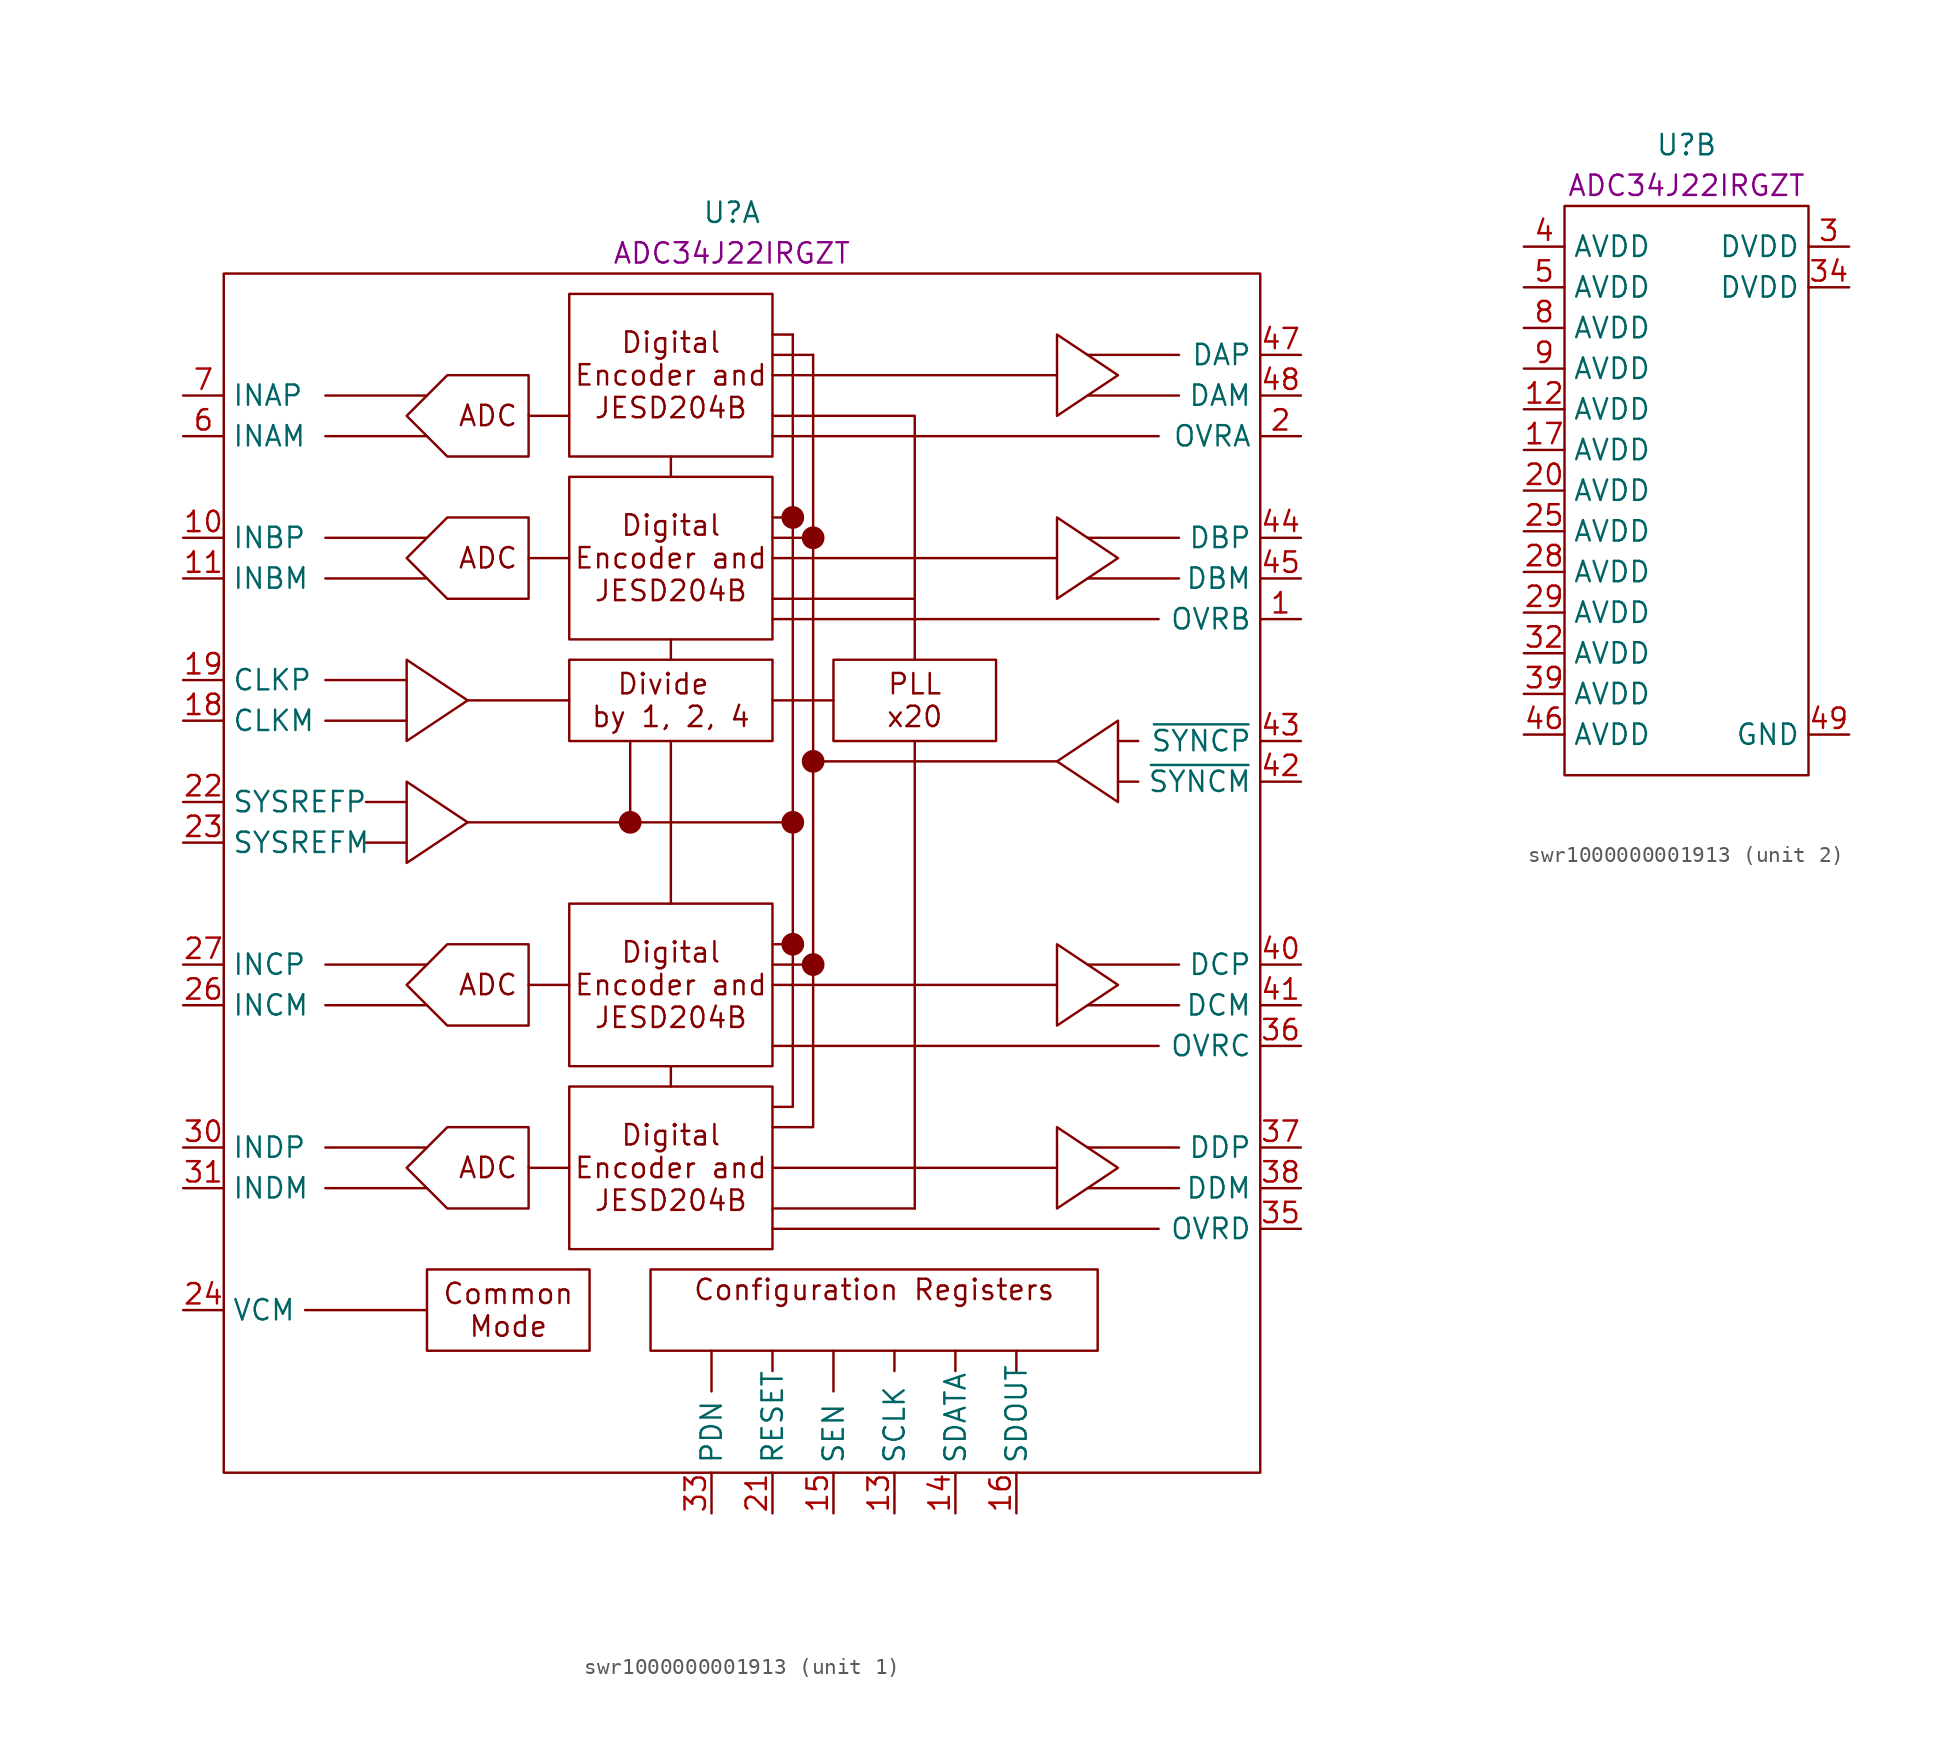
<source format=kicad_sym>
(kicad_symbol_lib
  (version 20220914)
  (generator kicad_symbol_editor)
  (symbol "swr1000000001913"
    (property "Reference" "U"
      (at 0 3.81 0)
      (effects (font (size 1.27 1.27))))
    (property "PartValue" "ADC34J22IRGZT"
      (at 0 1.27 0)
      (effects (font (size 1.27 1.27))))
    (property "ki_locked" ""
      (at 0 0 0)
      (effects (font (size 1.27 1.27))))
    (symbol "swr1000000001913_1_0"
      (pin output line (at 35.56 -21.59 180) (length 2.54) (name "OVRB" (effects (font (size 1.27 1.27)))) (number "1" (effects (font (size 1.27 1.27)))))
      (pin input line (at -34.29 -16.51 0) (length 2.54) (name "INBP" (effects (font (size 1.27 1.27)))) (number "10" (effects (font (size 1.27 1.27)))))
      (pin input line (at -34.29 -19.05 0) (length 2.54) (name "INBM" (effects (font (size 1.27 1.27)))) (number "11" (effects (font (size 1.27 1.27)))))
      (pin input line (at 10.16 -77.47 90) (length 2.54) (name "SCLK" (effects (font (size 1.27 1.27)))) (number "13" (effects (font (size 1.27 1.27)))))
      (pin input line (at 13.97 -77.47 90) (length 2.54) (name "SDATA" (effects (font (size 1.27 1.27)))) (number "14" (effects (font (size 1.27 1.27)))))
      (pin input line (at 6.35 -77.47 90) (length 2.54) (name "SEN" (effects (font (size 1.27 1.27)))) (number "15" (effects (font (size 1.27 1.27)))))
      (pin output line (at 17.78 -77.47 90) (length 2.54) (name "SDOUT" (effects (font (size 1.27 1.27)))) (number "16" (effects (font (size 1.27 1.27)))))
      (pin input line (at -34.29 -27.94 0) (length 2.54) (name "CLKM" (effects (font (size 1.27 1.27)))) (number "18" (effects (font (size 1.27 1.27)))))
      (pin input line (at -34.29 -25.4 0) (length 2.54) (name "CLKP" (effects (font (size 1.27 1.27)))) (number "19" (effects (font (size 1.27 1.27)))))
      (pin output line (at 35.56 -10.16 180) (length 2.54) (name "OVRA" (effects (font (size 1.27 1.27)))) (number "2" (effects (font (size 1.27 1.27)))))
      (pin input line (at 2.54 -77.47 90) (length 2.54) (name "RESET" (effects (font (size 1.27 1.27)))) (number "21" (effects (font (size 1.27 1.27)))))
      (pin input line (at -34.29 -33.02 0) (length 2.54) (name "SYSREFP" (effects (font (size 1.27 1.27)))) (number "22" (effects (font (size 1.27 1.27)))))
      (pin input line (at -34.29 -35.56 0) (length 2.54) (name "SYSREFM" (effects (font (size 1.27 1.27)))) (number "23" (effects (font (size 1.27 1.27)))))
      (pin output line (at -34.29 -64.77 0) (length 2.54) (name "VCM" (effects (font (size 1.27 1.27)))) (number "24" (effects (font (size 1.27 1.27)))))
      (pin input line (at -34.29 -45.72 0) (length 2.54) (name "INCM" (effects (font (size 1.27 1.27)))) (number "26" (effects (font (size 1.27 1.27)))))
      (pin input line (at -34.29 -43.18 0) (length 2.54) (name "INCP" (effects (font (size 1.27 1.27)))) (number "27" (effects (font (size 1.27 1.27)))))
      (pin input line (at -34.29 -54.61 0) (length 2.54) (name "INDP" (effects (font (size 1.27 1.27)))) (number "30" (effects (font (size 1.27 1.27)))))
      (pin input line (at -34.29 -57.15 0) (length 2.54) (name "INDM" (effects (font (size 1.27 1.27)))) (number "31" (effects (font (size 1.27 1.27)))))
      (pin input line (at -1.27 -77.47 90) (length 2.54) (name "PDN" (effects (font (size 1.27 1.27)))) (number "33" (effects (font (size 1.27 1.27)))))
      (pin output line (at 35.56 -59.69 180) (length 2.54) (name "OVRD" (effects (font (size 1.27 1.27)))) (number "35" (effects (font (size 1.27 1.27)))))
      (pin output line (at 35.56 -48.26 180) (length 2.54) (name "OVRC" (effects (font (size 1.27 1.27)))) (number "36" (effects (font (size 1.27 1.27)))))
      (pin output line (at 35.56 -54.61 180) (length 2.54) (name "DDP" (effects (font (size 1.27 1.27)))) (number "37" (effects (font (size 1.27 1.27)))))
      (pin output line (at 35.56 -57.15 180) (length 2.54) (name "DDM" (effects (font (size 1.27 1.27)))) (number "38" (effects (font (size 1.27 1.27)))))
      (pin output line (at 35.56 -43.18 180) (length 2.54) (name "DCP" (effects (font (size 1.27 1.27)))) (number "40" (effects (font (size 1.27 1.27)))))
      (pin output line (at 35.56 -45.72 180) (length 2.54) (name "DCM" (effects (font (size 1.27 1.27)))) (number "41" (effects (font (size 1.27 1.27)))))
      (pin input line (at 35.56 -31.75 180) (length 2.54) (name "~{SYNCM}" (effects (font (size 1.27 1.27)))) (number "42" (effects (font (size 1.27 1.27)))))
      (pin input line (at 35.56 -29.21 180) (length 2.54) (name "~{SYNCP}" (effects (font (size 1.27 1.27)))) (number "43" (effects (font (size 1.27 1.27)))))
      (pin output line (at 35.56 -16.51 180) (length 2.54) (name "DBP" (effects (font (size 1.27 1.27)))) (number "44" (effects (font (size 1.27 1.27)))))
      (pin output line (at 35.56 -19.05 180) (length 2.54) (name "DBM" (effects (font (size 1.27 1.27)))) (number "45" (effects (font (size 1.27 1.27)))))
      (pin output line (at 35.56 -5.08 180) (length 2.54) (name "DAP" (effects (font (size 1.27 1.27)))) (number "47" (effects (font (size 1.27 1.27)))))
      (pin output line (at 35.56 -7.62 180) (length 2.54) (name "DAM" (effects (font (size 1.27 1.27)))) (number "48" (effects (font (size 1.27 1.27)))))
      (pin input line (at -34.29 -10.16 0) (length 2.54) (name "INAM" (effects (font (size 1.27 1.27)))) (number "6" (effects (font (size 1.27 1.27)))))
      (pin input line (at -34.29 -7.62 0) (length 2.54) (name "INAP" (effects (font (size 1.27 1.27)))) (number "7" (effects (font (size 1.27 1.27))))))
    (symbol "swr1000000001913_1_1"
      (rectangle (start -31.75 0) (end 33.02 -74.93) (stroke (width 0) (type default)) (fill (type none)))
      (circle (center -6.35 -34.29) (radius 0.635) (stroke (width 0) (type default)) (fill (type outline)))
      (polyline (pts (xy -26.67 -64.77) (xy -19.05 -64.77)) (stroke (width 0) (type default)) (fill (type none)))
      (polyline (pts (xy -25.4 -57.15) (xy -19.05 -57.15)) (stroke (width 0) (type default)) (fill (type none)))
      (polyline (pts (xy -25.4 -54.61) (xy -19.05 -54.61)) (stroke (width 0) (type default)) (fill (type none)))
      (polyline (pts (xy -25.4 -45.72) (xy -19.05 -45.72)) (stroke (width 0) (type default)) (fill (type none)))
      (polyline (pts (xy -25.4 -43.18) (xy -19.05 -43.18)) (stroke (width 0) (type default)) (fill (type none)))
      (polyline (pts (xy -25.4 -27.94) (xy -20.32 -27.94)) (stroke (width 0) (type default)) (fill (type none)))
      (polyline (pts (xy -25.4 -25.4) (xy -20.32 -25.4)) (stroke (width 0) (type default)) (fill (type none)))
      (polyline (pts (xy -25.4 -19.05) (xy -19.05 -19.05)) (stroke (width 0) (type default)) (fill (type none)))
      (polyline (pts (xy -25.4 -16.51) (xy -19.05 -16.51)) (stroke (width 0) (type default)) (fill (type none)))
      (polyline (pts (xy -25.4 -10.16) (xy -19.05 -10.16)) (stroke (width 0) (type default)) (fill (type none)))
      (polyline (pts (xy -25.4 -7.62) (xy -19.05 -7.62)) (stroke (width 0) (type default)) (fill (type none)))
      (polyline (pts (xy -20.32 -35.56) (xy -22.86 -35.56)) (stroke (width 0) (type default)) (fill (type none)))
      (polyline (pts (xy -20.32 -33.02) (xy -22.86 -33.02)) (stroke (width 0) (type default)) (fill (type none)))
      (polyline (pts (xy -16.51 -34.29) (xy 3.81 -34.29)) (stroke (width 0) (type default)) (fill (type none)))
      (polyline (pts (xy -16.51 -26.67) (xy -10.16 -26.67)) (stroke (width 0) (type default)) (fill (type none)))
      (polyline (pts (xy -12.7 -55.88) (xy -10.16 -55.88)) (stroke (width 0) (type default)) (fill (type none)))
      (polyline (pts (xy -12.7 -44.45) (xy -10.16 -44.45)) (stroke (width 0) (type default)) (fill (type none)))
      (polyline (pts (xy -12.7 -17.78) (xy -10.16 -17.78)) (stroke (width 0) (type default)) (fill (type none)))
      (polyline (pts (xy -12.7 -8.89) (xy -10.16 -8.89)) (stroke (width 0) (type default)) (fill (type none)))
      (polyline (pts (xy -6.35 -34.29) (xy -6.35 -29.21)) (stroke (width 0) (type default)) (fill (type none)))
      (polyline (pts (xy -3.81 -49.53) (xy -3.81 -50.8)) (stroke (width 0) (type default)) (fill (type none)))
      (polyline (pts (xy -3.81 -29.21) (xy -3.81 -39.37)) (stroke (width 0) (type default)) (fill (type none)))
      (polyline (pts (xy -3.81 -24.13) (xy -3.81 -22.86)) (stroke (width 0) (type default)) (fill (type none)))
      (polyline (pts (xy -3.81 -12.7) (xy -3.81 -11.43)) (stroke (width 0) (type default)) (fill (type none)))
      (polyline (pts (xy -1.27 -69.85) (xy -1.27 -67.31)) (stroke (width 0) (type default)) (fill (type none)))
      (polyline (pts (xy 2.54 -68.58) (xy 2.54 -67.31)) (stroke (width 0) (type default)) (fill (type none)))
      (polyline (pts (xy 2.54 -59.69) (xy 26.67 -59.69)) (stroke (width 0) (type default)) (fill (type none)))
      (polyline (pts (xy 2.54 -58.42) (xy 11.43 -58.42)) (stroke (width 0) (type default)) (fill (type none)))
      (polyline (pts (xy 2.54 -55.88) (xy 20.32 -55.88)) (stroke (width 0) (type default)) (fill (type none)))
      (polyline (pts (xy 2.54 -48.26) (xy 26.67 -48.26)) (stroke (width 0) (type default)) (fill (type none)))
      (polyline (pts (xy 2.54 -44.45) (xy 20.32 -44.45)) (stroke (width 0) (type default)) (fill (type none)))
      (polyline (pts (xy 2.54 -43.18) (xy 5.08 -43.18)) (stroke (width 0) (type default)) (fill (type none)))
      (polyline (pts (xy 2.54 -41.91) (xy 3.81 -41.91)) (stroke (width 0) (type default)) (fill (type none)))
      (polyline (pts (xy 2.54 -26.67) (xy 6.35 -26.67)) (stroke (width 0) (type default)) (fill (type none)))
      (polyline (pts (xy 2.54 -21.59) (xy 26.67 -21.59)) (stroke (width 0) (type default)) (fill (type none)))
      (polyline (pts (xy 2.54 -17.78) (xy 20.32 -17.78)) (stroke (width 0) (type default)) (fill (type none)))
      (polyline (pts (xy 2.54 -16.51) (xy 5.08 -16.51)) (stroke (width 0) (type default)) (fill (type none)))
      (polyline (pts (xy 2.54 -15.24) (xy 3.81 -15.24)) (stroke (width 0) (type default)) (fill (type none)))
      (polyline (pts (xy 2.54 -10.16) (xy 26.67 -10.16)) (stroke (width 0) (type default)) (fill (type none)))
      (polyline (pts (xy 2.54 -6.35) (xy 20.32 -6.35)) (stroke (width 0) (type default)) (fill (type none)))
      (polyline (pts (xy 2.54 -5.08) (xy 5.08 -5.08)) (stroke (width 0) (type default)) (fill (type none)))
      (polyline (pts (xy 2.54 -3.81) (xy 3.81 -3.81)) (stroke (width 0) (type default)) (fill (type none)))
      (polyline (pts (xy 5.08 -30.48) (xy 20.32 -30.48)) (stroke (width 0) (type default)) (fill (type none)))
      (polyline (pts (xy 6.35 -69.85) (xy 6.35 -67.31)) (stroke (width 0) (type default)) (fill (type none)))
      (polyline (pts (xy 10.16 -68.58) (xy 10.16 -67.31)) (stroke (width 0) (type default)) (fill (type none)))
      (polyline (pts (xy 11.43 -29.21) (xy 11.43 -58.42)) (stroke (width 0) (type default)) (fill (type none)))
      (polyline (pts (xy 11.43 -20.32) (xy 2.54 -20.32)) (stroke (width 0) (type default)) (fill (type none)))
      (polyline (pts (xy 13.97 -68.58) (xy 13.97 -67.31)) (stroke (width 0) (type default)) (fill (type none)))
      (polyline (pts (xy 17.78 -68.58) (xy 17.78 -67.31)) (stroke (width 0) (type default)) (fill (type none)))
      (polyline (pts (xy 22.225 -57.15) (xy 27.94 -57.15)) (stroke (width 0) (type default)) (fill (type none)))
      (polyline (pts (xy 22.225 -54.61) (xy 27.94 -54.61)) (stroke (width 0) (type default)) (fill (type none)))
      (polyline (pts (xy 22.225 -45.72) (xy 27.94 -45.72)) (stroke (width 0) (type default)) (fill (type none)))
      (polyline (pts (xy 22.225 -43.18) (xy 27.94 -43.18)) (stroke (width 0) (type default)) (fill (type none)))
      (polyline (pts (xy 22.225 -19.05) (xy 27.94 -19.05)) (stroke (width 0) (type default)) (fill (type none)))
      (polyline (pts (xy 22.225 -16.51) (xy 27.94 -16.51)) (stroke (width 0) (type default)) (fill (type none)))
      (polyline (pts (xy 22.225 -7.62) (xy 27.94 -7.62)) (stroke (width 0) (type default)) (fill (type none)))
      (polyline (pts (xy 22.225 -5.08) (xy 27.94 -5.08)) (stroke (width 0) (type default)) (fill (type none)))
      (polyline (pts (xy 25.4 -31.75) (xy 24.13 -31.75)) (stroke (width 0) (type default)) (fill (type none)))
      (polyline (pts (xy 25.4 -29.21) (xy 24.13 -29.21)) (stroke (width 0) (type default)) (fill (type none)))
      (polyline (pts (xy 3.81 -3.81) (xy 3.81 -52.07) (xy 2.54 -52.07)) (stroke (width 0) (type default)) (fill (type none)))
      (polyline (pts (xy 5.08 -5.08) (xy 5.08 -53.34) (xy 2.54 -53.34)) (stroke (width 0) (type default)) (fill (type none)))
      (polyline (pts (xy 11.43 -24.13) (xy 11.43 -8.89) (xy 2.54 -8.89)) (stroke (width 0) (type default)) (fill (type none)))
      (polyline (pts (xy -20.32 -31.75) (xy -20.32 -36.83) (xy -16.51 -34.29) (xy -20.32 -31.75)) (stroke (width 0) (type default)) (fill (type none)))
      (polyline (pts (xy -20.32 -24.13) (xy -20.32 -29.21) (xy -16.51 -26.67) (xy -20.32 -24.13)) (stroke (width 0) (type default)) (fill (type none)))
      (polyline (pts (xy 20.32 -53.34) (xy 20.32 -58.42) (xy 24.13 -55.88) (xy 20.32 -53.34)) (stroke (width 0) (type default)) (fill (type none)))
      (polyline (pts (xy 20.32 -41.91) (xy 20.32 -46.99) (xy 24.13 -44.45) (xy 20.32 -41.91)) (stroke (width 0) (type default)) (fill (type none)))
      (polyline (pts (xy 20.32 -15.24) (xy 20.32 -20.32) (xy 24.13 -17.78) (xy 20.32 -15.24)) (stroke (width 0) (type default)) (fill (type none)))
      (polyline (pts (xy 20.32 -3.81) (xy 20.32 -8.89) (xy 24.13 -6.35) (xy 20.32 -3.81)) (stroke (width 0) (type default)) (fill (type none)))
      (polyline (pts (xy 24.13 -27.94) (xy 24.13 -33.02) (xy 20.32 -30.48) (xy 24.13 -27.94)) (stroke (width 0) (type default)) (fill (type none)))
      (polyline (pts (xy -19.05 -62.23) (xy -19.05 -67.31) (xy -8.89 -67.31) (xy -8.89 -62.23) (xy -19.05 -62.23)) (stroke (width 0) (type default)) (fill (type none)))
      (polyline (pts (xy -10.16 -50.8) (xy -10.16 -60.96) (xy 2.54 -60.96) (xy 2.54 -50.8) (xy -10.16 -50.8)) (stroke (width 0) (type default)) (fill (type none)))
      (polyline (pts (xy -10.16 -39.37) (xy -10.16 -49.53) (xy 2.54 -49.53) (xy 2.54 -39.37) (xy -10.16 -39.37)) (stroke (width 0) (type default)) (fill (type none)))
      (polyline (pts (xy -10.16 -24.13) (xy -10.16 -29.21) (xy 2.54 -29.21) (xy 2.54 -24.13) (xy -10.16 -24.13)) (stroke (width 0) (type default)) (fill (type none)))
      (polyline (pts (xy -10.16 -12.7) (xy -10.16 -22.86) (xy 2.54 -22.86) (xy 2.54 -12.7) (xy -10.16 -12.7)) (stroke (width 0) (type default)) (fill (type none)))
      (polyline (pts (xy -10.16 -1.27) (xy -10.16 -11.43) (xy 2.54 -11.43) (xy 2.54 -1.27) (xy -10.16 -1.27)) (stroke (width 0) (type default)) (fill (type none)))
      (polyline (pts (xy -5.08 -62.23) (xy 22.86 -62.23) (xy 22.86 -67.31) (xy -5.08 -67.31) (xy -5.08 -62.23)) (stroke (width 0) (type default)) (fill (type none)))
      (polyline (pts (xy 6.35 -24.13) (xy 6.35 -29.21) (xy 16.51 -29.21) (xy 16.51 -24.13) (xy 6.35 -24.13)) (stroke (width 0) (type default)) (fill (type none)))
      (polyline (pts (xy -20.32 -55.88) (xy -17.78 -53.34) (xy -12.7 -53.34) (xy -12.7 -58.42) (xy -17.78 -58.42) (xy -20.32 -55.88)) (stroke (width 0) (type default)) (fill (type none)))
      (polyline (pts (xy -20.32 -44.45) (xy -17.78 -41.91) (xy -12.7 -41.91) (xy -12.7 -46.99) (xy -17.78 -46.99) (xy -20.32 -44.45)) (stroke (width 0) (type default)) (fill (type none)))
      (polyline (pts (xy -20.32 -17.78) (xy -17.78 -15.24) (xy -12.7 -15.24) (xy -12.7 -20.32) (xy -17.78 -20.32) (xy -20.32 -17.78)) (stroke (width 0) (type default)) (fill (type none)))
      (polyline (pts (xy -20.32 -8.89) (xy -17.78 -6.35) (xy -12.7 -6.35) (xy -12.7 -11.43) (xy -17.78 -11.43) (xy -20.32 -8.89)) (stroke (width 0) (type default)) (fill (type none)))
      (circle (center 3.81 -41.91) (radius 0.635) (stroke (width 0) (type default)) (fill (type outline)))
      (circle (center 3.81 -34.29) (radius 0.635) (stroke (width 0) (type default)) (fill (type outline)))
      (circle (center 3.81 -15.24) (radius 0.635) (stroke (width 0) (type default)) (fill (type outline)))
      (circle (center 5.08 -43.18) (radius 0.635) (stroke (width 0) (type default)) (fill (type outline)))
      (circle (center 5.08 -30.48) (radius 0.635) (stroke (width 0) (type default)) (fill (type outline)))
      (circle (center 5.08 -16.51) (radius 0.635) (stroke (width 0) (type default)) (fill (type outline)))
      (text "ADC" (at -15.24 -55.88 0) (effects (font (size 1.27 1.27))))
      (text "ADC" (at -15.24 -44.45 0) (effects (font (size 1.27 1.27))))
      (text "ADC" (at -15.24 -17.78 0) (effects (font (size 1.27 1.27))))
      (text "ADC" (at -15.24 -8.89 0) (effects (font (size 1.27 1.27))))
      (text "Common\nMode" (at -13.97 -64.77 0) (effects (font (size 1.27 1.27))))
      (text "Configuration Registers" (at 8.89 -63.5 0) (effects (font (size 1.27 1.27))))
      (text "Digital\nEncoder and\nJESD204B" (at -3.81 -55.88 0) (effects (font (size 1.27 1.27))))
      (text "Digital\nEncoder and\nJESD204B" (at -3.81 -44.45 0) (effects (font (size 1.27 1.27))))
      (text "Digital\nEncoder and\nJESD204B" (at -3.81 -17.78 0) (effects (font (size 1.27 1.27))))
      (text "Digital\nEncoder and\nJESD204B" (at -3.81 -6.35 0) (effects (font (size 1.27 1.27))))
      (text "Divide \nby 1, 2, 4" (at -3.81 -26.67 0) (effects (font (size 1.27 1.27))))
      (text "PLL\nx20" (at 11.43 -26.67 0) (effects (font (size 1.27 1.27)))))
    (symbol "swr1000000001913_2_0"
      (pin power_in line (at -10.16 -12.7 0) (length 2.54) (name "AVDD" (effects (font (size 1.27 1.27)))) (number "12" (effects (font (size 1.27 1.27)))))
      (pin power_in line (at -10.16 -15.24 0) (length 2.54) (name "AVDD" (effects (font (size 1.27 1.27)))) (number "17" (effects (font (size 1.27 1.27)))))
      (pin power_in line (at -10.16 -17.78 0) (length 2.54) (name "AVDD" (effects (font (size 1.27 1.27)))) (number "20" (effects (font (size 1.27 1.27)))))
      (pin power_in line (at -10.16 -20.32 0) (length 2.54) (name "AVDD" (effects (font (size 1.27 1.27)))) (number "25" (effects (font (size 1.27 1.27)))))
      (pin power_in line (at -10.16 -22.86 0) (length 2.54) (name "AVDD" (effects (font (size 1.27 1.27)))) (number "28" (effects (font (size 1.27 1.27)))))
      (pin power_in line (at -10.16 -25.4 0) (length 2.54) (name "AVDD" (effects (font (size 1.27 1.27)))) (number "29" (effects (font (size 1.27 1.27)))))
      (pin power_in line (at 10.16 -2.54 180) (length 2.54) (name "DVDD" (effects (font (size 1.27 1.27)))) (number "3" (effects (font (size 1.27 1.27)))))
      (pin power_in line (at -10.16 -27.94 0) (length 2.54) (name "AVDD" (effects (font (size 1.27 1.27)))) (number "32" (effects (font (size 1.27 1.27)))))
      (pin power_in line (at 10.16 -5.08 180) (length 2.54) (name "DVDD" (effects (font (size 1.27 1.27)))) (number "34" (effects (font (size 1.27 1.27)))))
      (pin power_in line (at -10.16 -30.48 0) (length 2.54) (name "AVDD" (effects (font (size 1.27 1.27)))) (number "39" (effects (font (size 1.27 1.27)))))
      (pin power_in line (at -10.16 -2.54 0) (length 2.54) (name "AVDD" (effects (font (size 1.27 1.27)))) (number "4" (effects (font (size 1.27 1.27)))))
      (pin power_in line (at -10.16 -33.02 0) (length 2.54) (name "AVDD" (effects (font (size 1.27 1.27)))) (number "46" (effects (font (size 1.27 1.27)))))
      (pin power_in line (at 10.16 -33.02 180) (length 2.54) (name "GND" (effects (font (size 1.27 1.27)))) (number "49" (effects (font (size 1.27 1.27)))))
      (pin power_in line (at -10.16 -5.08 0) (length 2.54) (name "AVDD" (effects (font (size 1.27 1.27)))) (number "5" (effects (font (size 1.27 1.27)))))
      (pin power_in line (at -10.16 -7.62 0) (length 2.54) (name "AVDD" (effects (font (size 1.27 1.27)))) (number "8" (effects (font (size 1.27 1.27)))))
      (pin power_in line (at -10.16 -10.16 0) (length 2.54) (name "AVDD" (effects (font (size 1.27 1.27)))) (number "9" (effects (font (size 1.27 1.27))))))
    (symbol "swr1000000001913_2_1"
      (rectangle (start -7.62 0) (end 7.62 -35.56) (stroke (width 0) (type default)) (fill (type none))))))
</source>
